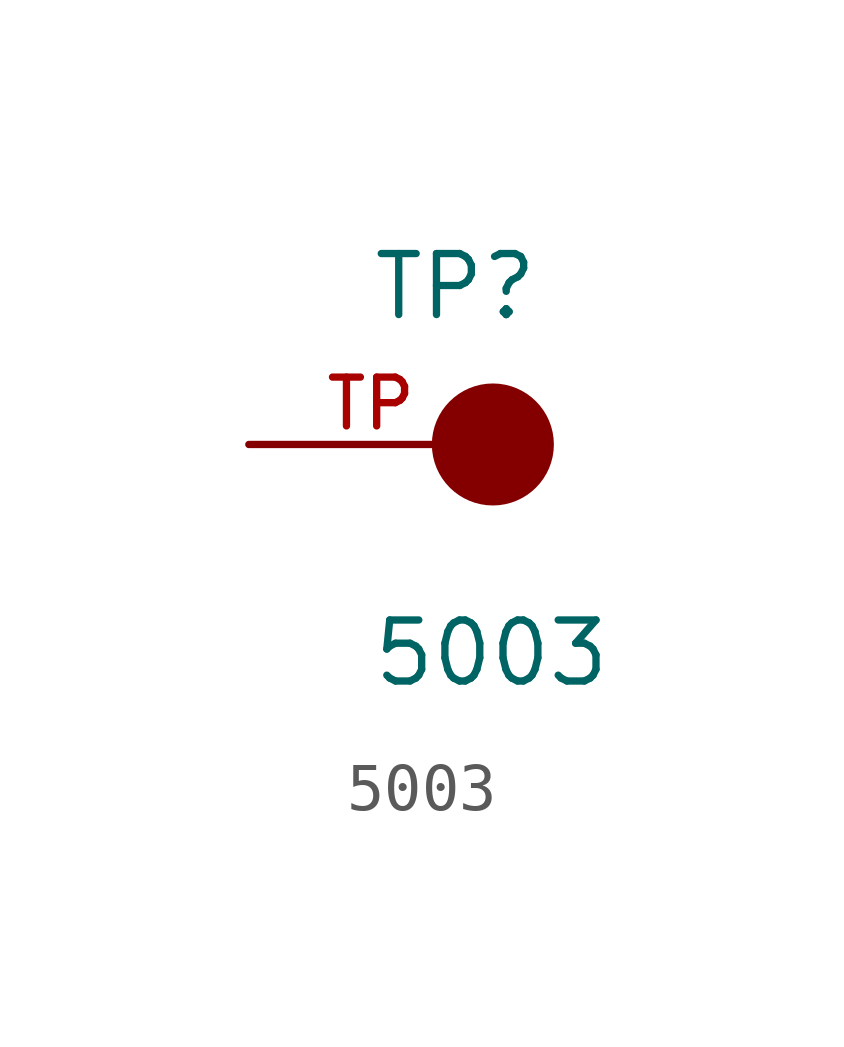
<source format=kicad_sym>
(kicad_symbol_lib
  (version 20211014)
  (generator kicad_symbol_editor)
  (symbol "5003"
    (pin_names
      (offset 1.016))
    (property "Reference" "TP"
      (at -2.544 2.541 0)
      (effects (font (size 1.27 1.27)) (justify bottom left)))
    (property "Value" "5003"
      (at -2.55 -5.087 0)
      (effects (font (size 1.27 1.27)) (justify bottom left)))
    (symbol "5003_0_0"
      (circle (center 0.0 0.0) (radius 0.635) (stroke (width 1.27)) (fill (type none)))
      (pin passive line (at -5.08 0.0 0) (length 5.08) (name "~" (effects (font (size 1.016 1.016)))) (number "TP" (effects (font (size 1.016 1.016))))))))
</source>
